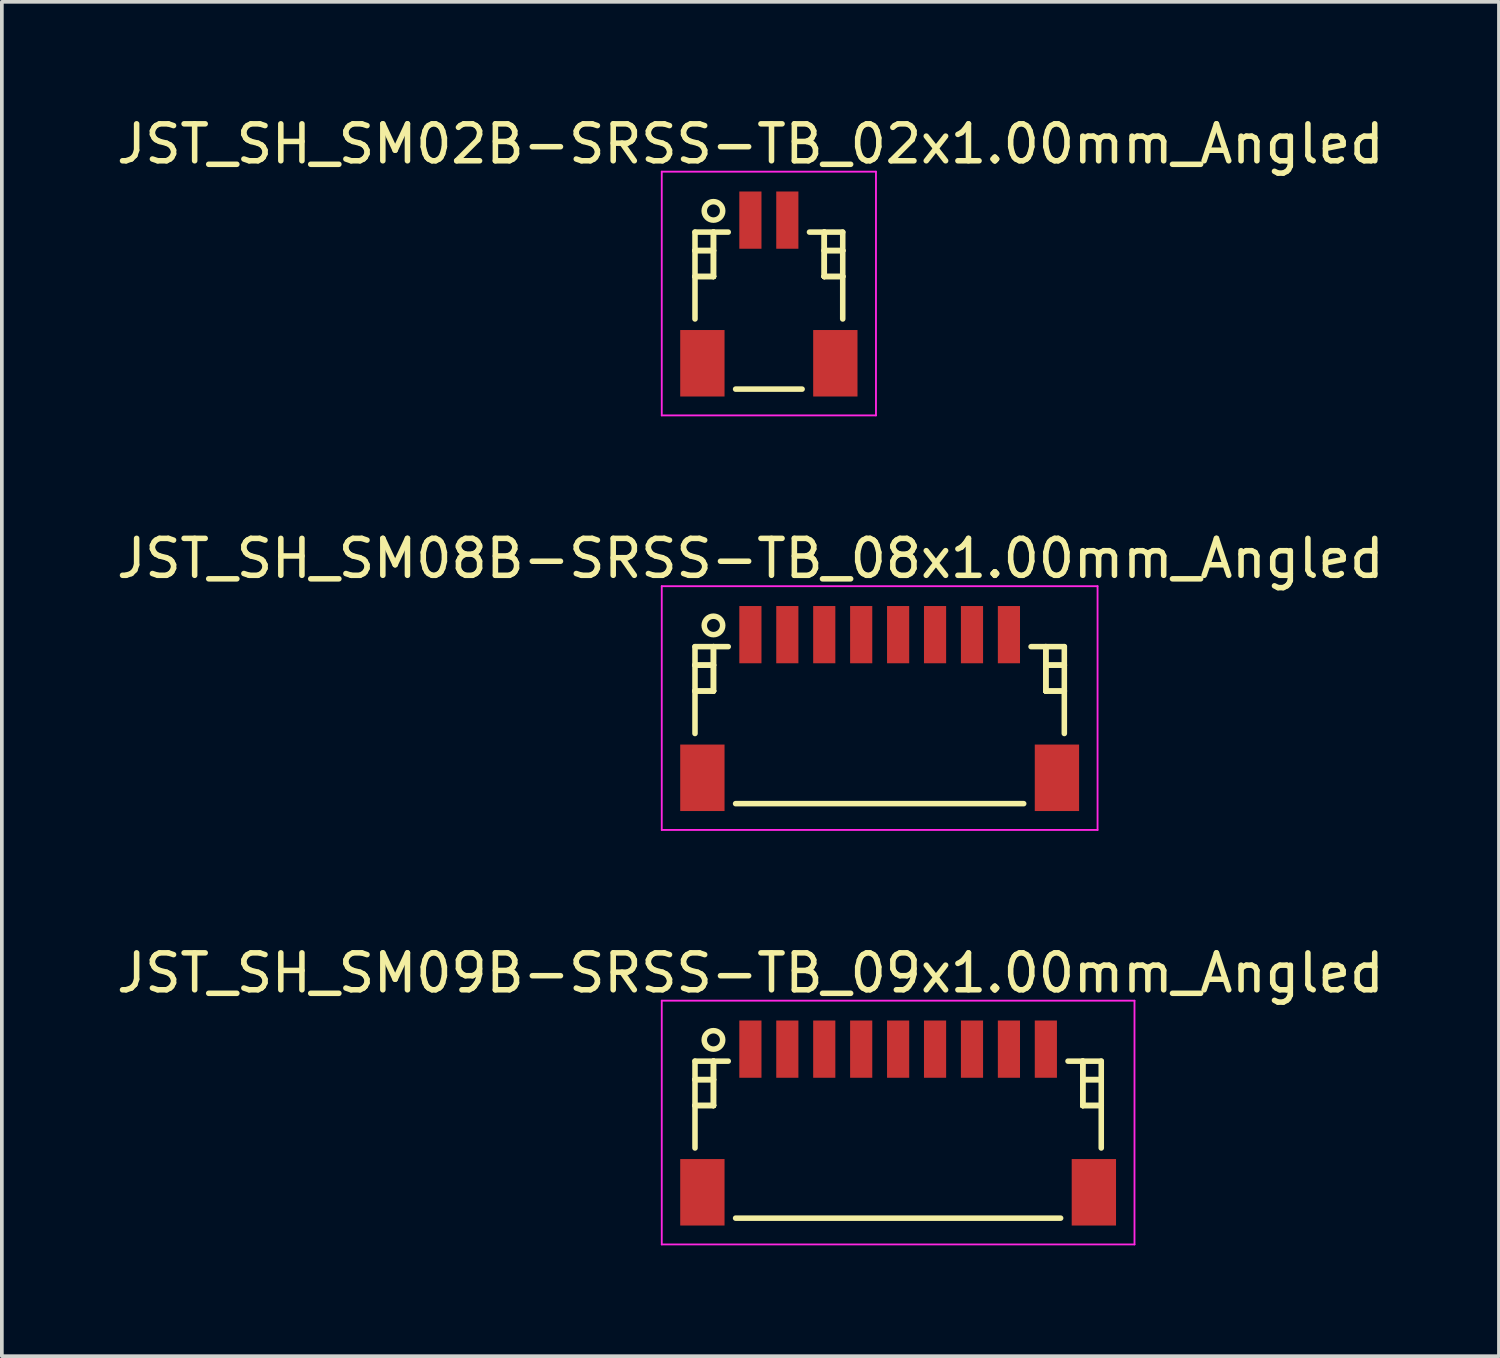
<source format=kicad_pcb>
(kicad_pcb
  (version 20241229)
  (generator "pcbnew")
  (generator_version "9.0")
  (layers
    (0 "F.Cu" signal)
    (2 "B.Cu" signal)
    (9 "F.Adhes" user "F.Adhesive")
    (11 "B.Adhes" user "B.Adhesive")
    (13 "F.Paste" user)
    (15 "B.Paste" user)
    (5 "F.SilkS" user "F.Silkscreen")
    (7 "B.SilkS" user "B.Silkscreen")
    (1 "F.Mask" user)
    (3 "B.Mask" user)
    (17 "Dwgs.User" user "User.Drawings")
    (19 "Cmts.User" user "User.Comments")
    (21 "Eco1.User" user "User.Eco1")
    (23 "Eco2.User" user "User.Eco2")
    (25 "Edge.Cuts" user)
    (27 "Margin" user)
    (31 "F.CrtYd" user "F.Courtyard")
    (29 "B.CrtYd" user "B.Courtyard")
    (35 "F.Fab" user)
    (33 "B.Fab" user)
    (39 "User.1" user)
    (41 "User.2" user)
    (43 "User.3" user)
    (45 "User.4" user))
  (footprint "JST_SH_SM08B-SRSS-TB_08x1.00mm_Angled"
    (layer "F.Cu")
    (at 20.768 16.072)
    (property "Reference" "JST_SH_SM08B-SRSS-TB_08x1.00mm_Angled" (at -3.5 -4 0) (layer "F.SilkS") (effects (font (size 1 1) (thickness 0.15))))
    (attr smd)
    (fp_line (start -5 -1.613) (end -4.1 -1.613) (stroke (width 0.15) (type solid)) (layer "F.SilkS"))
    (fp_line (start -5 -1.113) (end -5 -1.113) (stroke (width 0.15) (type solid)) (layer "F.SilkS"))
    (fp_line (start -5 -1.113) (end -4.5 -1.113) (stroke (width 0.15) (type solid)) (layer "F.SilkS"))
    (fp_line (start -5 -0.412) (end -5 -0.412) (stroke (width 0.15) (type solid)) (layer "F.SilkS"))
    (fp_line (start -5 -0.412) (end -4.5 -0.412) (stroke (width 0.15) (type solid)) (layer "F.SilkS"))
    (fp_line (start -5 0.738) (end -5 -1.613) (stroke (width 0.15) (type solid)) (layer "F.SilkS"))
    (fp_line (start -4.5 -1.613) (end -4.5 -1.613) (stroke (width 0.15) (type solid)) (layer "F.SilkS"))
    (fp_line (start -4.5 -1.613) (end -4.5 -0.412) (stroke (width 0.15) (type solid)) (layer "F.SilkS"))
    (fp_line (start -4.5 -1.113) (end -5 -1.113) (stroke (width 0.15) (type solid)) (layer "F.SilkS"))
    (fp_line (start -4.5 -1.113) (end -4.5 -1.113) (stroke (width 0.15) (type solid)) (layer "F.SilkS"))
    (fp_line (start -4.5 -0.412) (end -5 -0.412) (stroke (width 0.15) (type solid)) (layer "F.SilkS"))
    (fp_line (start -4.5 -0.412) (end -4.5 -1.613) (stroke (width 0.15) (type solid)) (layer "F.SilkS"))
    (fp_line (start -4.5 -0.412) (end -4.5 -0.412) (stroke (width 0.15) (type solid)) (layer "F.SilkS"))
    (fp_line (start -4.5 -0.412) (end -4.5 -0.412) (stroke (width 0.15) (type solid)) (layer "F.SilkS"))
    (fp_line (start -3.9 2.638) (end 3.9 2.638) (stroke (width 0.15) (type solid)) (layer "F.SilkS"))
    (fp_line (start 4.5 -1.613) (end 4.5 -1.613) (stroke (width 0.15) (type solid)) (layer "F.SilkS"))
    (fp_line (start 4.5 -1.613) (end 4.5 -0.412) (stroke (width 0.15) (type solid)) (layer "F.SilkS"))
    (fp_line (start 4.5 -1.113) (end 4.5 -1.113) (stroke (width 0.15) (type solid)) (layer "F.SilkS"))
    (fp_line (start 4.5 -1.113) (end 5 -1.113) (stroke (width 0.15) (type solid)) (layer "F.SilkS"))
    (fp_line (start 4.5 -0.412) (end 4.5 -1.613) (stroke (width 0.15) (type solid)) (layer "F.SilkS"))
    (fp_line (start 4.5 -0.412) (end 4.5 -0.412) (stroke (width 0.15) (type solid)) (layer "F.SilkS"))
    (fp_line (start 4.5 -0.412) (end 4.5 -0.412) (stroke (width 0.15) (type solid)) (layer "F.SilkS"))
    (fp_line (start 4.5 -0.412) (end 5 -0.412) (stroke (width 0.15) (type solid)) (layer "F.SilkS"))
    (fp_line (start 5 -1.613) (end 4.1 -1.613) (stroke (width 0.15) (type solid)) (layer "F.SilkS"))
    (fp_line (start 5 -1.113) (end 4.5 -1.113) (stroke (width 0.15) (type solid)) (layer "F.SilkS"))
    (fp_line (start 5 -1.113) (end 5 -1.113) (stroke (width 0.15) (type solid)) (layer "F.SilkS"))
    (fp_line (start 5 -0.412) (end 4.5 -0.412) (stroke (width 0.15) (type solid)) (layer "F.SilkS"))
    (fp_line (start 5 -0.412) (end 5 -0.412) (stroke (width 0.15) (type solid)) (layer "F.SilkS"))
    (fp_line (start 5 0.738) (end 5 -1.613) (stroke (width 0.15) (type solid)) (layer "F.SilkS"))
    (fp_circle (center -4.5 -2.188) (end -4.25 -2.188) (stroke (width 0.15) (type solid)) (fill no) (layer "F.SilkS"))
    (fp_line (start -5.9 -3.25) (end 5.9 -3.25) (stroke (width 0.05) (type solid)) (layer "F.CrtYd"))
    (fp_line (start -5.9 3.35) (end -5.9 -3.25) (stroke (width 0.05) (type solid)) (layer "F.CrtYd"))
    (fp_line (start 5.9 -3.25) (end 5.9 3.35) (stroke (width 0.05) (type solid)) (layer "F.CrtYd"))
    (fp_line (start 5.9 3.35) (end -5.9 3.35) (stroke (width 0.05) (type solid)) (layer "F.CrtYd"))
    (pad "" smd rect (at -4.8 1.938) (size 1.2 1.8) (layers "F.Cu" "F.Mask" "F.Paste"))
    (pad "" smd rect (at 4.8 1.938) (size 1.2 1.8) (layers "F.Cu" "F.Mask" "F.Paste"))
    (pad "1" smd rect (at -3.5 -1.938) (size 0.6 1.55) (layers "F.Cu" "F.Mask" "F.Paste"))
    (pad "2" smd rect (at -2.5 -1.938) (size 0.6 1.55) (layers "F.Cu" "F.Mask" "F.Paste"))
    (pad "3" smd rect (at -1.5 -1.938) (size 0.6 1.55) (layers "F.Cu" "F.Mask" "F.Paste"))
    (pad "4" smd rect (at -0.5 -1.938) (size 0.6 1.55) (layers "F.Cu" "F.Mask" "F.Paste"))
    (pad "5" smd rect (at 0.5 -1.938) (size 0.6 1.55) (layers "F.Cu" "F.Mask" "F.Paste"))
    (pad "6" smd rect (at 1.5 -1.938) (size 0.6 1.55) (layers "F.Cu" "F.Mask" "F.Paste"))
    (pad "7" smd rect (at 2.5 -1.938) (size 0.6 1.55) (layers "F.Cu" "F.Mask" "F.Paste"))
    (pad "8" smd rect (at 3.5 -1.938) (size 0.6 1.55) (layers "F.Cu" "F.Mask" "F.Paste")))
  (footprint "JST_SH_SM02B-SRSS-TB_02x1.00mm_Angled"
    (layer "F.Cu")
    (at 17.768 4.848)
    (property "Reference" "JST_SH_SM02B-SRSS-TB_02x1.00mm_Angled" (at -0.5 -4 0) (layer "F.SilkS") (effects (font (size 1 1) (thickness 0.15))))
    (attr smd)
    (fp_line (start -2 -1.613) (end -1.1 -1.613) (stroke (width 0.15) (type solid)) (layer "F.SilkS"))
    (fp_line (start -2 -1.113) (end -2 -1.113) (stroke (width 0.15) (type solid)) (layer "F.SilkS"))
    (fp_line (start -2 -1.113) (end -1.5 -1.113) (stroke (width 0.15) (type solid)) (layer "F.SilkS"))
    (fp_line (start -2 -0.412) (end -2 -0.412) (stroke (width 0.15) (type solid)) (layer "F.SilkS"))
    (fp_line (start -2 -0.412) (end -1.5 -0.412) (stroke (width 0.15) (type solid)) (layer "F.SilkS"))
    (fp_line (start -2 0.738) (end -2 -1.613) (stroke (width 0.15) (type solid)) (layer "F.SilkS"))
    (fp_line (start -1.5 -1.613) (end -1.5 -1.613) (stroke (width 0.15) (type solid)) (layer "F.SilkS"))
    (fp_line (start -1.5 -1.613) (end -1.5 -0.412) (stroke (width 0.15) (type solid)) (layer "F.SilkS"))
    (fp_line (start -1.5 -1.113) (end -2 -1.113) (stroke (width 0.15) (type solid)) (layer "F.SilkS"))
    (fp_line (start -1.5 -1.113) (end -1.5 -1.113) (stroke (width 0.15) (type solid)) (layer "F.SilkS"))
    (fp_line (start -1.5 -0.412) (end -2 -0.412) (stroke (width 0.15) (type solid)) (layer "F.SilkS"))
    (fp_line (start -1.5 -0.412) (end -1.5 -1.613) (stroke (width 0.15) (type solid)) (layer "F.SilkS"))
    (fp_line (start -1.5 -0.412) (end -1.5 -0.412) (stroke (width 0.15) (type solid)) (layer "F.SilkS"))
    (fp_line (start -1.5 -0.412) (end -1.5 -0.412) (stroke (width 0.15) (type solid)) (layer "F.SilkS"))
    (fp_line (start -0.9 2.638) (end 0.9 2.638) (stroke (width 0.15) (type solid)) (layer "F.SilkS"))
    (fp_line (start 1.5 -1.613) (end 1.5 -1.613) (stroke (width 0.15) (type solid)) (layer "F.SilkS"))
    (fp_line (start 1.5 -1.613) (end 1.5 -0.412) (stroke (width 0.15) (type solid)) (layer "F.SilkS"))
    (fp_line (start 1.5 -1.113) (end 1.5 -1.113) (stroke (width 0.15) (type solid)) (layer "F.SilkS"))
    (fp_line (start 1.5 -1.113) (end 2 -1.113) (stroke (width 0.15) (type solid)) (layer "F.SilkS"))
    (fp_line (start 1.5 -0.412) (end 1.5 -1.613) (stroke (width 0.15) (type solid)) (layer "F.SilkS"))
    (fp_line (start 1.5 -0.412) (end 1.5 -0.412) (stroke (width 0.15) (type solid)) (layer "F.SilkS"))
    (fp_line (start 1.5 -0.412) (end 1.5 -0.412) (stroke (width 0.15) (type solid)) (layer "F.SilkS"))
    (fp_line (start 1.5 -0.412) (end 2 -0.412) (stroke (width 0.15) (type solid)) (layer "F.SilkS"))
    (fp_line (start 2 -1.613) (end 1.1 -1.613) (stroke (width 0.15) (type solid)) (layer "F.SilkS"))
    (fp_line (start 2 -1.113) (end 1.5 -1.113) (stroke (width 0.15) (type solid)) (layer "F.SilkS"))
    (fp_line (start 2 -1.113) (end 2 -1.113) (stroke (width 0.15) (type solid)) (layer "F.SilkS"))
    (fp_line (start 2 -0.412) (end 1.5 -0.412) (stroke (width 0.15) (type solid)) (layer "F.SilkS"))
    (fp_line (start 2 -0.412) (end 2 -0.412) (stroke (width 0.15) (type solid)) (layer "F.SilkS"))
    (fp_line (start 2 0.738) (end 2 -1.613) (stroke (width 0.15) (type solid)) (layer "F.SilkS"))
    (fp_circle (center -1.5 -2.188) (end -1.25 -2.188) (stroke (width 0.15) (type solid)) (fill no) (layer "F.SilkS"))
    (fp_line (start -2.9 -3.25) (end 2.9 -3.25) (stroke (width 0.05) (type solid)) (layer "F.CrtYd"))
    (fp_line (start -2.9 3.35) (end -2.9 -3.25) (stroke (width 0.05) (type solid)) (layer "F.CrtYd"))
    (fp_line (start 2.9 -3.25) (end 2.9 3.35) (stroke (width 0.05) (type solid)) (layer "F.CrtYd"))
    (fp_line (start 2.9 3.35) (end -2.9 3.35) (stroke (width 0.05) (type solid)) (layer "F.CrtYd"))
    (pad "" smd rect (at -1.8 1.938) (size 1.2 1.8) (layers "F.Cu" "F.Mask" "F.Paste"))
    (pad "" smd rect (at 1.8 1.938) (size 1.2 1.8) (layers "F.Cu" "F.Mask" "F.Paste"))
    (pad "1" smd rect (at -0.5 -1.938) (size 0.6 1.55) (layers "F.Cu" "F.Mask" "F.Paste"))
    (pad "2" smd rect (at 0.5 -1.938) (size 0.6 1.55) (layers "F.Cu" "F.Mask" "F.Paste")))
  (footprint "JST_SH_SM09B-SRSS-TB_09x1.00mm_Angled"
    (layer "F.Cu")
    (at 21.268 27.295)
    (property "Reference" "JST_SH_SM09B-SRSS-TB_09x1.00mm_Angled" (at -4 -4 0) (layer "F.SilkS") (effects (font (size 1 1) (thickness 0.15))))
    (attr smd)
    (fp_line (start -5.5 -1.613) (end -4.6 -1.613) (stroke (width 0.15) (type solid)) (layer "F.SilkS"))
    (fp_line (start -5.5 -1.113) (end -5.5 -1.113) (stroke (width 0.15) (type solid)) (layer "F.SilkS"))
    (fp_line (start -5.5 -1.113) (end -5 -1.113) (stroke (width 0.15) (type solid)) (layer "F.SilkS"))
    (fp_line (start -5.5 -0.412) (end -5.5 -0.412) (stroke (width 0.15) (type solid)) (layer "F.SilkS"))
    (fp_line (start -5.5 -0.412) (end -5 -0.412) (stroke (width 0.15) (type solid)) (layer "F.SilkS"))
    (fp_line (start -5.5 0.738) (end -5.5 -1.613) (stroke (width 0.15) (type solid)) (layer "F.SilkS"))
    (fp_line (start -5 -1.613) (end -5 -1.613) (stroke (width 0.15) (type solid)) (layer "F.SilkS"))
    (fp_line (start -5 -1.613) (end -5 -0.412) (stroke (width 0.15) (type solid)) (layer "F.SilkS"))
    (fp_line (start -5 -1.113) (end -5.5 -1.113) (stroke (width 0.15) (type solid)) (layer "F.SilkS"))
    (fp_line (start -5 -1.113) (end -5 -1.113) (stroke (width 0.15) (type solid)) (layer "F.SilkS"))
    (fp_line (start -5 -0.412) (end -5.5 -0.412) (stroke (width 0.15) (type solid)) (layer "F.SilkS"))
    (fp_line (start -5 -0.412) (end -5 -1.613) (stroke (width 0.15) (type solid)) (layer "F.SilkS"))
    (fp_line (start -5 -0.412) (end -5 -0.412) (stroke (width 0.15) (type solid)) (layer "F.SilkS"))
    (fp_line (start -5 -0.412) (end -5 -0.412) (stroke (width 0.15) (type solid)) (layer "F.SilkS"))
    (fp_line (start -4.4 2.638) (end 4.4 2.638) (stroke (width 0.15) (type solid)) (layer "F.SilkS"))
    (fp_line (start 5 -1.613) (end 5 -1.613) (stroke (width 0.15) (type solid)) (layer "F.SilkS"))
    (fp_line (start 5 -1.613) (end 5 -0.412) (stroke (width 0.15) (type solid)) (layer "F.SilkS"))
    (fp_line (start 5 -1.113) (end 5 -1.113) (stroke (width 0.15) (type solid)) (layer "F.SilkS"))
    (fp_line (start 5 -1.113) (end 5.5 -1.113) (stroke (width 0.15) (type solid)) (layer "F.SilkS"))
    (fp_line (start 5 -0.412) (end 5 -1.613) (stroke (width 0.15) (type solid)) (layer "F.SilkS"))
    (fp_line (start 5 -0.412) (end 5 -0.412) (stroke (width 0.15) (type solid)) (layer "F.SilkS"))
    (fp_line (start 5 -0.412) (end 5 -0.412) (stroke (width 0.15) (type solid)) (layer "F.SilkS"))
    (fp_line (start 5 -0.412) (end 5.5 -0.412) (stroke (width 0.15) (type solid)) (layer "F.SilkS"))
    (fp_line (start 5.5 -1.613) (end 4.6 -1.613) (stroke (width 0.15) (type solid)) (layer "F.SilkS"))
    (fp_line (start 5.5 -1.113) (end 5 -1.113) (stroke (width 0.15) (type solid)) (layer "F.SilkS"))
    (fp_line (start 5.5 -1.113) (end 5.5 -1.113) (stroke (width 0.15) (type solid)) (layer "F.SilkS"))
    (fp_line (start 5.5 -0.412) (end 5 -0.412) (stroke (width 0.15) (type solid)) (layer "F.SilkS"))
    (fp_line (start 5.5 -0.412) (end 5.5 -0.412) (stroke (width 0.15) (type solid)) (layer "F.SilkS"))
    (fp_line (start 5.5 0.738) (end 5.5 -1.613) (stroke (width 0.15) (type solid)) (layer "F.SilkS"))
    (fp_circle (center -5 -2.188) (end -4.75 -2.188) (stroke (width 0.15) (type solid)) (fill no) (layer "F.SilkS"))
    (fp_line (start -6.4 -3.25) (end 6.4 -3.25) (stroke (width 0.05) (type solid)) (layer "F.CrtYd"))
    (fp_line (start -6.4 3.35) (end -6.4 -3.25) (stroke (width 0.05) (type solid)) (layer "F.CrtYd"))
    (fp_line (start 6.4 -3.25) (end 6.4 3.35) (stroke (width 0.05) (type solid)) (layer "F.CrtYd"))
    (fp_line (start 6.4 3.35) (end -6.4 3.35) (stroke (width 0.05) (type solid)) (layer "F.CrtYd"))
    (pad "" smd rect (at -5.3 1.938) (size 1.2 1.8) (layers "F.Cu" "F.Mask" "F.Paste"))
    (pad "" smd rect (at 5.3 1.938) (size 1.2 1.8) (layers "F.Cu" "F.Mask" "F.Paste"))
    (pad "1" smd rect (at -4 -1.938) (size 0.6 1.55) (layers "F.Cu" "F.Mask" "F.Paste"))
    (pad "2" smd rect (at -3 -1.938) (size 0.6 1.55) (layers "F.Cu" "F.Mask" "F.Paste"))
    (pad "3" smd rect (at -2 -1.938) (size 0.6 1.55) (layers "F.Cu" "F.Mask" "F.Paste"))
    (pad "4" smd rect (at -1 -1.938) (size 0.6 1.55) (layers "F.Cu" "F.Mask" "F.Paste"))
    (pad "5" smd rect (at 0 -1.938) (size 0.6 1.55) (layers "F.Cu" "F.Mask" "F.Paste"))
    (pad "6" smd rect (at 1 -1.938) (size 0.6 1.55) (layers "F.Cu" "F.Mask" "F.Paste"))
    (pad "7" smd rect (at 2 -1.938) (size 0.6 1.55) (layers "F.Cu" "F.Mask" "F.Paste"))
    (pad "8" smd rect (at 3 -1.938) (size 0.6 1.55) (layers "F.Cu" "F.Mask" "F.Paste"))
    (pad "9" smd rect (at 4 -1.938) (size 0.6 1.55) (layers "F.Cu" "F.Mask" "F.Paste")))
  (gr_rect
    (start -3 -3)
    (end 37.536 33.67)
    (stroke (width 0.1) (type default))
    (fill no)
    (layer "Edge.Cuts")))
</source>
